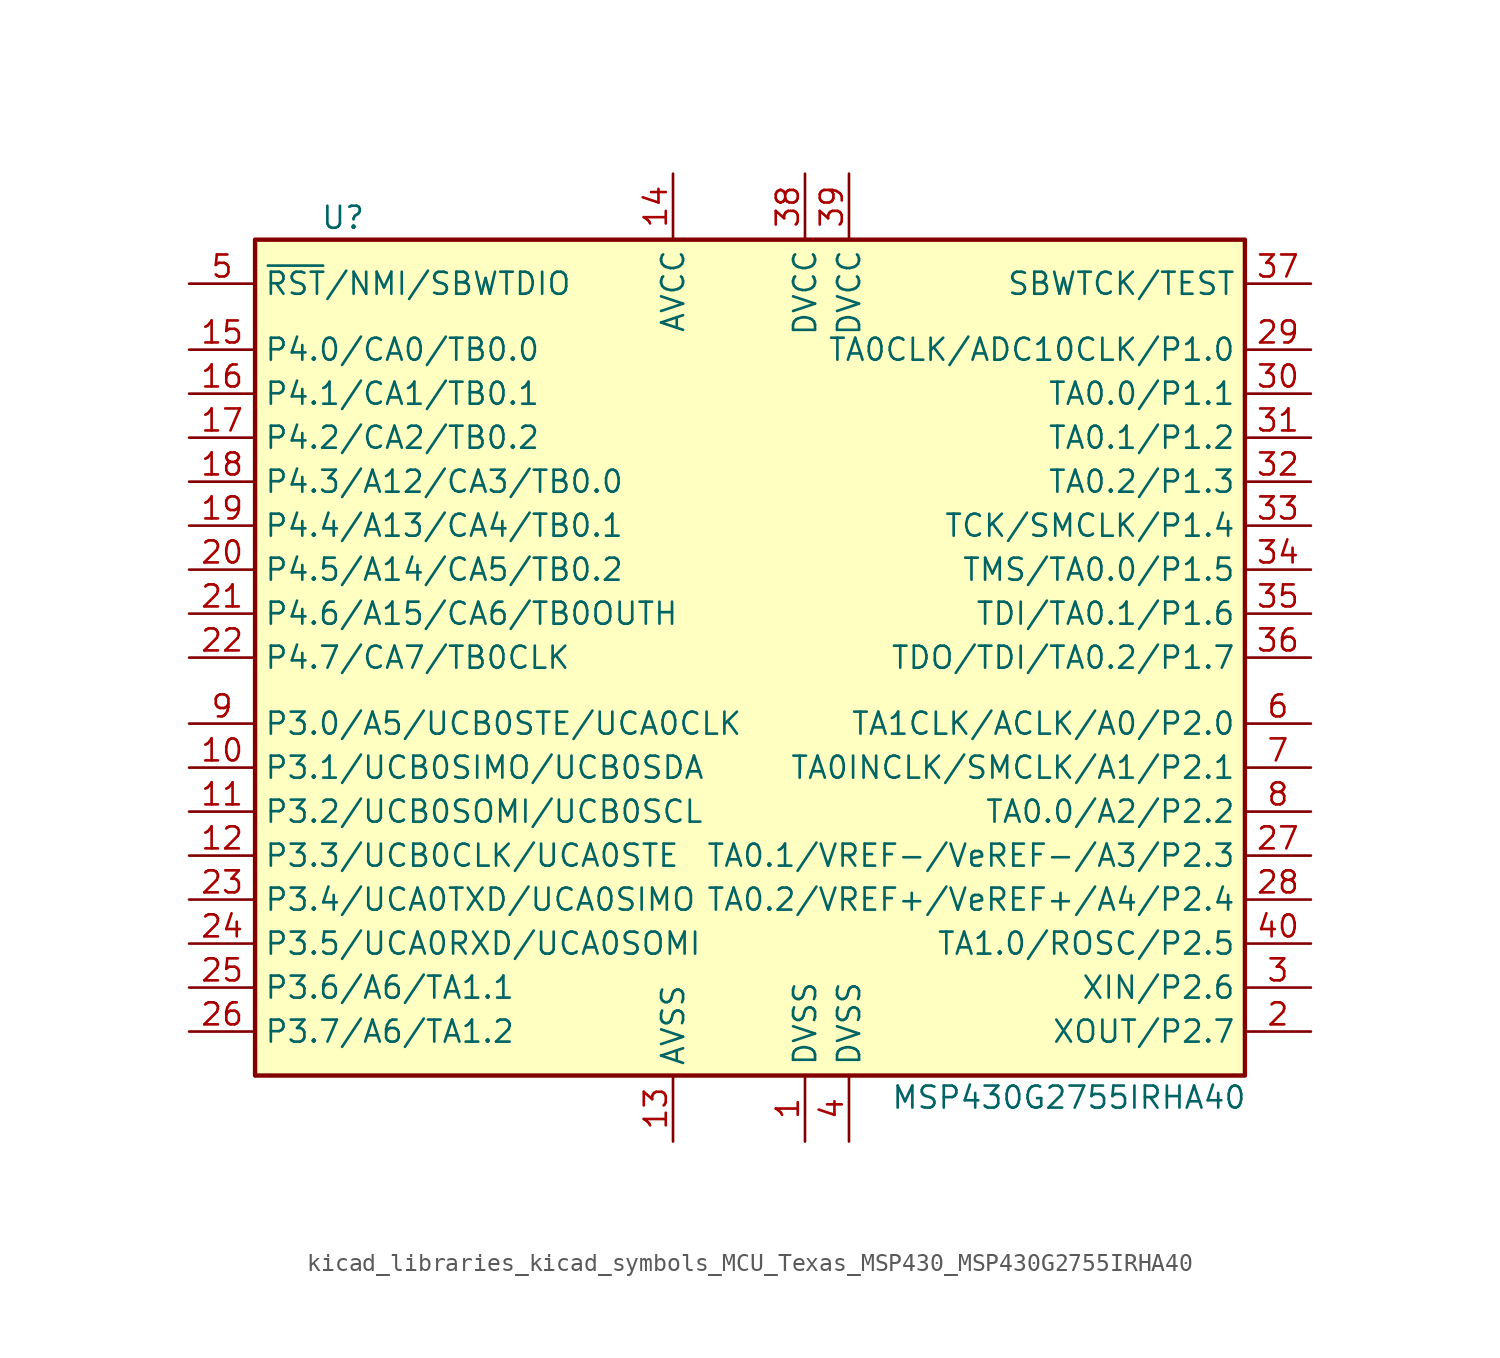
<source format=kicad_sym>
(kicad_symbol_lib
  (version 20220914)
  (generator kicad_symbol_editor)
  (symbol "kicad_libraries_kicad_symbols_MCU_Texas_MSP430_MSP430G2755IRHA40"
    (property "Reference" "U"
      (at -24.13 25.4 0)
      (effects (font (size 1.27 1.27))))
    (property "Value" "MSP430G2755IRHA40"
      (at 17.78 -25.4 0)
      (effects (font (size 1.27 1.27))))
    (symbol "kicad_libraries_kicad_symbols_MCU_Texas_MSP430_MSP430G2755IRHA40_0_1"
      (rectangle (start -29.21 24.13) (end 27.94 -24.13) (stroke (width 0.254) (type default)) (fill (type background))))
    (symbol "kicad_libraries_kicad_symbols_MCU_Texas_MSP430_MSP430G2755IRHA40_1_1"
      (pin power_in line (at 2.54 -27.94 90) (length 3.81) (name "DVSS" (effects (font (size 1.27 1.27)))) (number "1" (effects (font (size 1.27 1.27)))))
      (pin bidirectional line (at -33.02 -6.35 0) (length 3.81) (name "P3.1/UCB0SIMO/UCB0SDA" (effects (font (size 1.27 1.27)))) (number "10" (effects (font (size 1.27 1.27)))))
      (pin bidirectional line (at -33.02 -8.89 0) (length 3.81) (name "P3.2/UCB0SOMI/UCB0SCL" (effects (font (size 1.27 1.27)))) (number "11" (effects (font (size 1.27 1.27)))))
      (pin bidirectional line (at -33.02 -11.43 0) (length 3.81) (name "P3.3/UCB0CLK/UCA0STE" (effects (font (size 1.27 1.27)))) (number "12" (effects (font (size 1.27 1.27)))))
      (pin power_in line (at -5.08 -27.94 90) (length 3.81) (name "AVSS" (effects (font (size 1.27 1.27)))) (number "13" (effects (font (size 1.27 1.27)))))
      (pin power_in line (at -5.08 27.94 270) (length 3.81) (name "AVCC" (effects (font (size 1.27 1.27)))) (number "14" (effects (font (size 1.27 1.27)))))
      (pin bidirectional line (at -33.02 17.78 0) (length 3.81) (name "P4.0/CA0/TB0.0" (effects (font (size 1.27 1.27)))) (number "15" (effects (font (size 1.27 1.27)))))
      (pin bidirectional line (at -33.02 15.24 0) (length 3.81) (name "P4.1/CA1/TB0.1" (effects (font (size 1.27 1.27)))) (number "16" (effects (font (size 1.27 1.27)))))
      (pin bidirectional line (at -33.02 12.7 0) (length 3.81) (name "P4.2/CA2/TB0.2" (effects (font (size 1.27 1.27)))) (number "17" (effects (font (size 1.27 1.27)))))
      (pin bidirectional line (at -33.02 10.16 0) (length 3.81) (name "P4.3/A12/CA3/TB0.0" (effects (font (size 1.27 1.27)))) (number "18" (effects (font (size 1.27 1.27)))))
      (pin bidirectional line (at -33.02 7.62 0) (length 3.81) (name "P4.4/A13/CA4/TB0.1" (effects (font (size 1.27 1.27)))) (number "19" (effects (font (size 1.27 1.27)))))
      (pin bidirectional line (at 31.75 -21.59 180) (length 3.81) (name "XOUT/P2.7" (effects (font (size 1.27 1.27)))) (number "2" (effects (font (size 1.27 1.27)))))
      (pin bidirectional line (at -33.02 5.08 0) (length 3.81) (name "P4.5/A14/CA5/TB0.2" (effects (font (size 1.27 1.27)))) (number "20" (effects (font (size 1.27 1.27)))))
      (pin bidirectional line (at -33.02 2.54 0) (length 3.81) (name "P4.6/A15/CA6/TB0OUTH" (effects (font (size 1.27 1.27)))) (number "21" (effects (font (size 1.27 1.27)))))
      (pin bidirectional line (at -33.02 0 0) (length 3.81) (name "P4.7/CA7/TB0CLK" (effects (font (size 1.27 1.27)))) (number "22" (effects (font (size 1.27 1.27)))))
      (pin bidirectional line (at -33.02 -13.97 0) (length 3.81) (name "P3.4/UCA0TXD/UCA0SIMO" (effects (font (size 1.27 1.27)))) (number "23" (effects (font (size 1.27 1.27)))))
      (pin bidirectional line (at -33.02 -16.51 0) (length 3.81) (name "P3.5/UCA0RXD/UCA0SOMI" (effects (font (size 1.27 1.27)))) (number "24" (effects (font (size 1.27 1.27)))))
      (pin bidirectional line (at -33.02 -19.05 0) (length 3.81) (name "P3.6/A6/TA1.1" (effects (font (size 1.27 1.27)))) (number "25" (effects (font (size 1.27 1.27)))))
      (pin bidirectional line (at -33.02 -21.59 0) (length 3.81) (name "P3.7/A6/TA1.2" (effects (font (size 1.27 1.27)))) (number "26" (effects (font (size 1.27 1.27)))))
      (pin bidirectional line (at 31.75 -11.43 180) (length 3.81) (name "TA0.1/VREF-/VeREF-/A3/P2.3" (effects (font (size 1.27 1.27)))) (number "27" (effects (font (size 1.27 1.27)))))
      (pin bidirectional line (at 31.75 -13.97 180) (length 3.81) (name "TA0.2/VREF+/VeREF+/A4/P2.4" (effects (font (size 1.27 1.27)))) (number "28" (effects (font (size 1.27 1.27)))))
      (pin bidirectional line (at 31.75 17.78 180) (length 3.81) (name "TA0CLK/ADC10CLK/P1.0" (effects (font (size 1.27 1.27)))) (number "29" (effects (font (size 1.27 1.27)))))
      (pin bidirectional line (at 31.75 -19.05 180) (length 3.81) (name "XIN/P2.6" (effects (font (size 1.27 1.27)))) (number "3" (effects (font (size 1.27 1.27)))))
      (pin bidirectional line (at 31.75 15.24 180) (length 3.81) (name "TA0.0/P1.1" (effects (font (size 1.27 1.27)))) (number "30" (effects (font (size 1.27 1.27)))))
      (pin bidirectional line (at 31.75 12.7 180) (length 3.81) (name "TA0.1/P1.2" (effects (font (size 1.27 1.27)))) (number "31" (effects (font (size 1.27 1.27)))))
      (pin bidirectional line (at 31.75 10.16 180) (length 3.81) (name "TA0.2/P1.3" (effects (font (size 1.27 1.27)))) (number "32" (effects (font (size 1.27 1.27)))))
      (pin bidirectional line (at 31.75 7.62 180) (length 3.81) (name "TCK/SMCLK/P1.4" (effects (font (size 1.27 1.27)))) (number "33" (effects (font (size 1.27 1.27)))))
      (pin bidirectional line (at 31.75 5.08 180) (length 3.81) (name "TMS/TA0.0/P1.5" (effects (font (size 1.27 1.27)))) (number "34" (effects (font (size 1.27 1.27)))))
      (pin bidirectional line (at 31.75 2.54 180) (length 3.81) (name "TDI/TA0.1/P1.6" (effects (font (size 1.27 1.27)))) (number "35" (effects (font (size 1.27 1.27)))))
      (pin bidirectional line (at 31.75 0 180) (length 3.81) (name "TDO/TDI/TA0.2/P1.7" (effects (font (size 1.27 1.27)))) (number "36" (effects (font (size 1.27 1.27)))))
      (pin input line (at 31.75 21.59 180) (length 3.81) (name "SBWTCK/TEST" (effects (font (size 1.27 1.27)))) (number "37" (effects (font (size 1.27 1.27)))))
      (pin power_in line (at 2.54 27.94 270) (length 3.81) (name "DVCC" (effects (font (size 1.27 1.27)))) (number "38" (effects (font (size 1.27 1.27)))))
      (pin power_in line (at 5.08 27.94 270) (length 3.81) (name "DVCC" (effects (font (size 1.27 1.27)))) (number "39" (effects (font (size 1.27 1.27)))))
      (pin power_in line (at 5.08 -27.94 90) (length 3.81) (name "DVSS" (effects (font (size 1.27 1.27)))) (number "4" (effects (font (size 1.27 1.27)))))
      (pin bidirectional line (at 31.75 -16.51 180) (length 3.81) (name "TA1.0/ROSC/P2.5" (effects (font (size 1.27 1.27)))) (number "40" (effects (font (size 1.27 1.27)))))
      (pin input line (at -33.02 21.59 0) (length 3.81) (name "~{RST}/NMI/SBWTDIO" (effects (font (size 1.27 1.27)))) (number "5" (effects (font (size 1.27 1.27)))))
      (pin bidirectional line (at 31.75 -3.81 180) (length 3.81) (name "TA1CLK/ACLK/A0/P2.0" (effects (font (size 1.27 1.27)))) (number "6" (effects (font (size 1.27 1.27)))))
      (pin bidirectional line (at 31.75 -6.35 180) (length 3.81) (name "TA0INCLK/SMCLK/A1/P2.1" (effects (font (size 1.27 1.27)))) (number "7" (effects (font (size 1.27 1.27)))))
      (pin bidirectional line (at 31.75 -8.89 180) (length 3.81) (name "TA0.0/A2/P2.2" (effects (font (size 1.27 1.27)))) (number "8" (effects (font (size 1.27 1.27)))))
      (pin bidirectional line (at -33.02 -3.81 0) (length 3.81) (name "P3.0/A5/UCB0STE/UCA0CLK" (effects (font (size 1.27 1.27)))) (number "9" (effects (font (size 1.27 1.27))))))))
</source>
